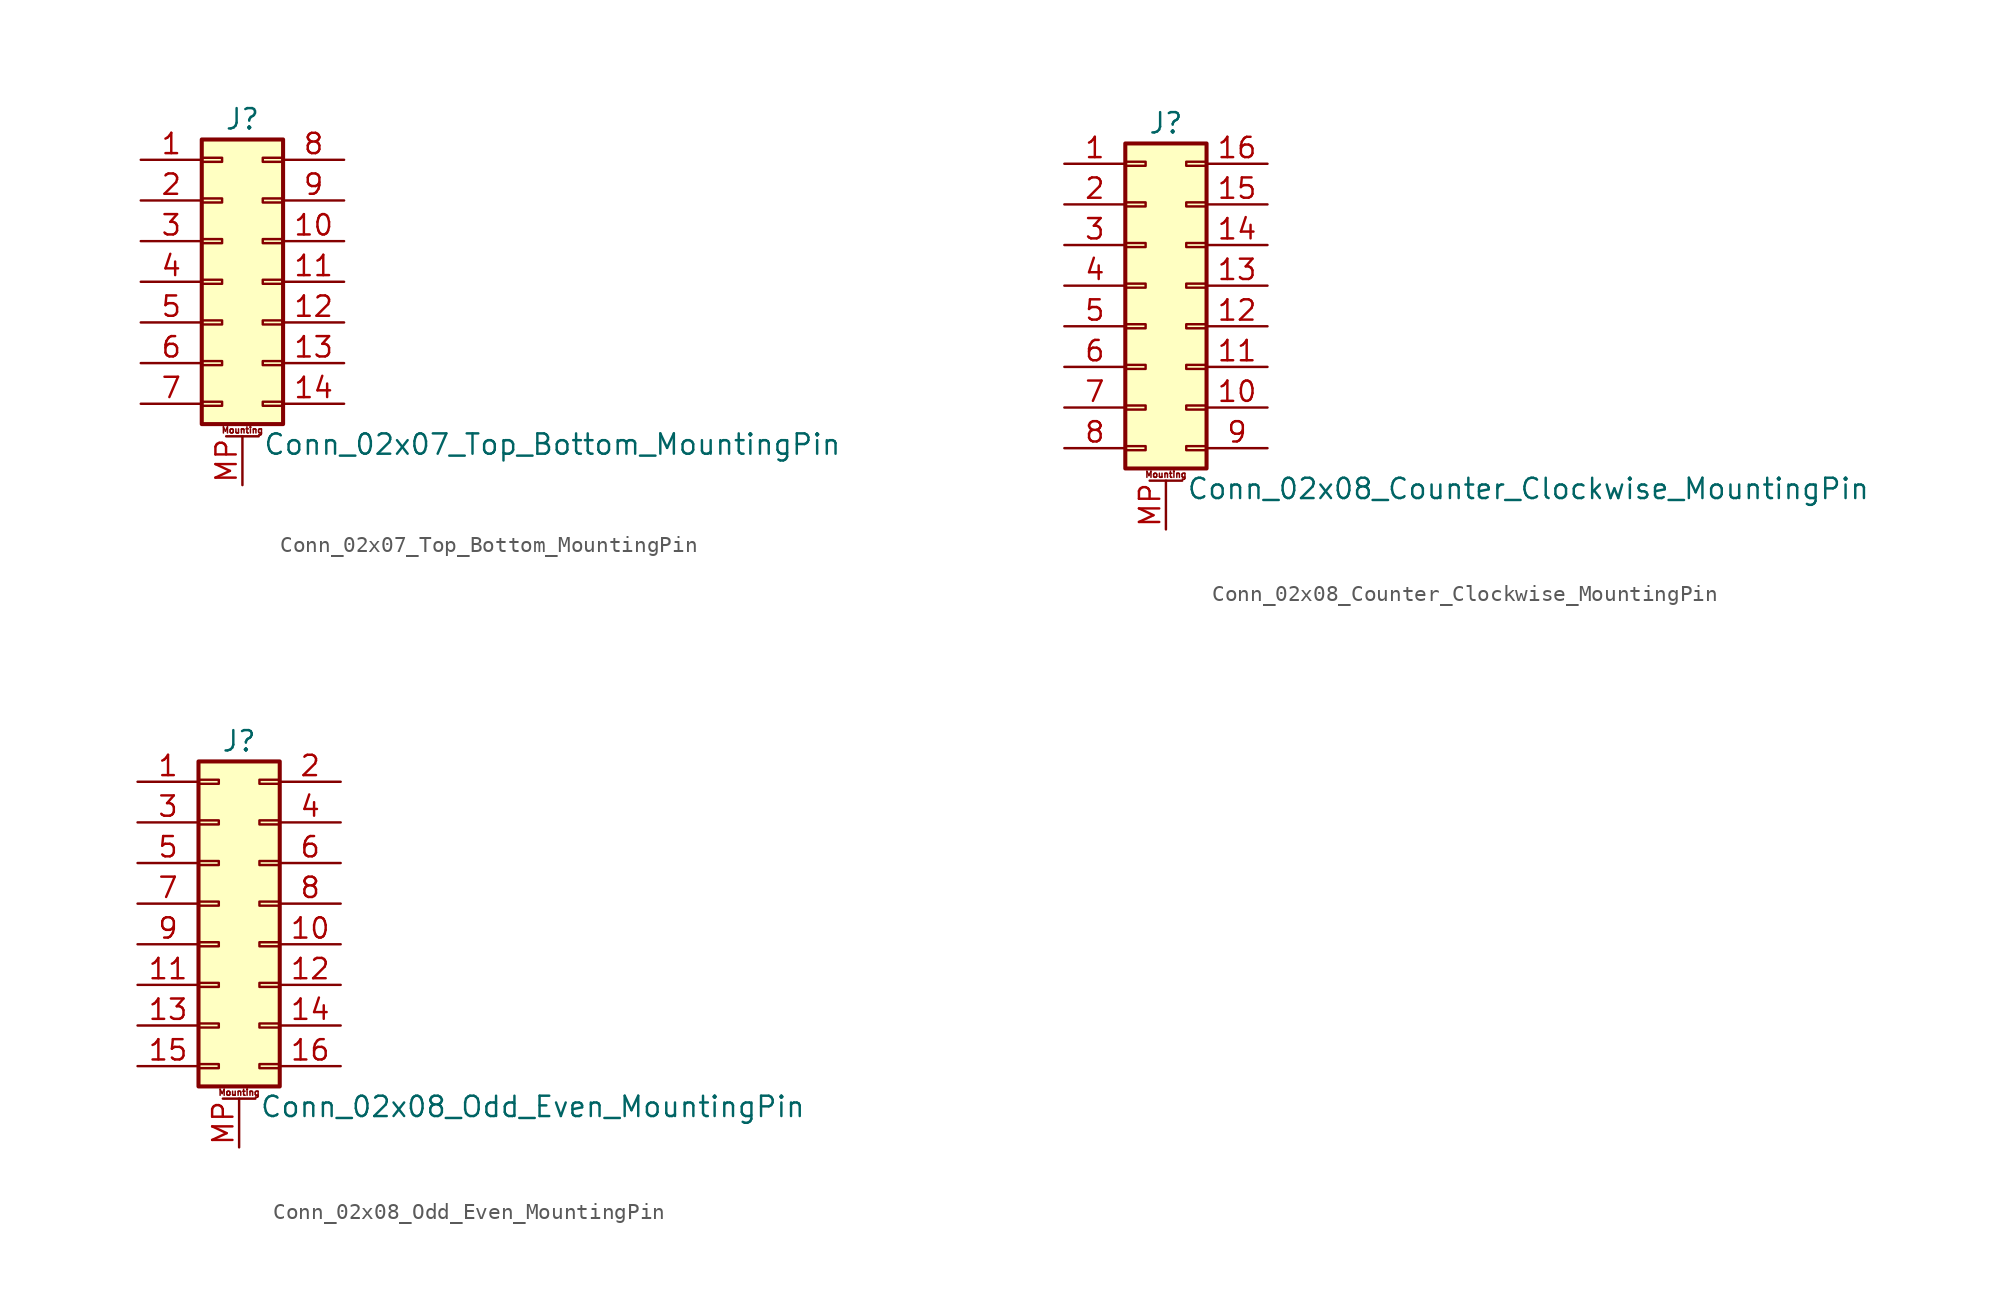
<source format=kicad_sym>
(kicad_symbol_lib
  (version 20201005)
  (generator kicad_symbol_editor)
  (symbol "Conn_02x07_Top_Bottom_MountingPin"
    (pin_names
      (offset 1.016) hide)
    (property "Reference" "J"
      (at 1.27 10.16 0)
      (effects (font (size 1.27 1.27))))
    (property "Value" "Conn_02x07_Top_Bottom_MountingPin"
      (at 2.54 -10.16 0)
      (effects (font (size 1.27 1.27)) (justify left)))
    (symbol "Conn_02x07_Top_Bottom_MountingPin_1_1"
      (text "Mounting" (at 1.27 -9.271 0) (effects (font (size 0.381 0.381))))
      (rectangle (start -1.27 -7.493) (end 0 -7.747) (stroke (width 0.152)) (fill (type none)))
      (rectangle (start -1.27 -4.953) (end 0 -5.207) (stroke (width 0.152)) (fill (type none)))
      (rectangle (start -1.27 -2.413) (end 0 -2.667) (stroke (width 0.152)) (fill (type none)))
      (rectangle (start -1.27 0.127) (end 0 -0.127) (stroke (width 0.152)) (fill (type none)))
      (rectangle (start -1.27 2.667) (end 0 2.413) (stroke (width 0.152)) (fill (type none)))
      (rectangle (start -1.27 5.207) (end 0 4.953) (stroke (width 0.152)) (fill (type none)))
      (rectangle (start -1.27 7.747) (end 0 7.493) (stroke (width 0.152)) (fill (type none)))
      (rectangle (start 3.81 -7.493) (end 2.54 -7.747) (stroke (width 0.152)) (fill (type none)))
      (rectangle (start 3.81 -4.953) (end 2.54 -5.207) (stroke (width 0.152)) (fill (type none)))
      (rectangle (start 3.81 -2.413) (end 2.54 -2.667) (stroke (width 0.152)) (fill (type none)))
      (rectangle (start 3.81 0.127) (end 2.54 -0.127) (stroke (width 0.152)) (fill (type none)))
      (rectangle (start 3.81 2.667) (end 2.54 2.413) (stroke (width 0.152)) (fill (type none)))
      (rectangle (start 3.81 5.207) (end 2.54 4.953) (stroke (width 0.152)) (fill (type none)))
      (rectangle (start 3.81 7.747) (end 2.54 7.493) (stroke (width 0.152)) (fill (type none)))
      (rectangle (start -1.27 8.89) (end 3.81 -8.89) (stroke (width 0.254)) (fill (type background)))
      (polyline (pts (xy 0.254 -9.652) (xy 2.286 -9.652)) (stroke (width 0.152)) (fill (type none)))
      (pin passive line (at -5.08 7.62 0) (length 3.81) (name "Pin_1" (effects (font (size 1.27 1.27)))) (number "1" (effects (font (size 1.27 1.27)))))
      (pin passive line (at 7.62 2.54 180) (length 3.81) (name "Pin_10" (effects (font (size 1.27 1.27)))) (number "10" (effects (font (size 1.27 1.27)))))
      (pin passive line (at 7.62 0 180) (length 3.81) (name "Pin_11" (effects (font (size 1.27 1.27)))) (number "11" (effects (font (size 1.27 1.27)))))
      (pin passive line (at 7.62 -2.54 180) (length 3.81) (name "Pin_12" (effects (font (size 1.27 1.27)))) (number "12" (effects (font (size 1.27 1.27)))))
      (pin passive line (at 7.62 -5.08 180) (length 3.81) (name "Pin_13" (effects (font (size 1.27 1.27)))) (number "13" (effects (font (size 1.27 1.27)))))
      (pin passive line (at 7.62 -7.62 180) (length 3.81) (name "Pin_14" (effects (font (size 1.27 1.27)))) (number "14" (effects (font (size 1.27 1.27)))))
      (pin passive line (at -5.08 5.08 0) (length 3.81) (name "Pin_2" (effects (font (size 1.27 1.27)))) (number "2" (effects (font (size 1.27 1.27)))))
      (pin passive line (at -5.08 2.54 0) (length 3.81) (name "Pin_3" (effects (font (size 1.27 1.27)))) (number "3" (effects (font (size 1.27 1.27)))))
      (pin passive line (at -5.08 0 0) (length 3.81) (name "Pin_4" (effects (font (size 1.27 1.27)))) (number "4" (effects (font (size 1.27 1.27)))))
      (pin passive line (at -5.08 -2.54 0) (length 3.81) (name "Pin_5" (effects (font (size 1.27 1.27)))) (number "5" (effects (font (size 1.27 1.27)))))
      (pin passive line (at -5.08 -5.08 0) (length 3.81) (name "Pin_6" (effects (font (size 1.27 1.27)))) (number "6" (effects (font (size 1.27 1.27)))))
      (pin passive line (at -5.08 -7.62 0) (length 3.81) (name "Pin_7" (effects (font (size 1.27 1.27)))) (number "7" (effects (font (size 1.27 1.27)))))
      (pin passive line (at 7.62 7.62 180) (length 3.81) (name "Pin_8" (effects (font (size 1.27 1.27)))) (number "8" (effects (font (size 1.27 1.27)))))
      (pin passive line (at 7.62 5.08 180) (length 3.81) (name "Pin_9" (effects (font (size 1.27 1.27)))) (number "9" (effects (font (size 1.27 1.27)))))
      (pin passive line (at 1.27 -12.7 90) (length 3.048) (name "MountPin" (effects (font (size 1.27 1.27)))) (number "MP" (effects (font (size 1.27 1.27)))))))
  (symbol "Conn_02x08_Counter_Clockwise_MountingPin"
    (pin_names
      (offset 1.016) hide)
    (property "Reference" "J"
      (at 1.27 10.16 0)
      (effects (font (size 1.27 1.27))))
    (property "Value" "Conn_02x08_Counter_Clockwise_MountingPin"
      (at 2.54 -12.7 0)
      (effects (font (size 1.27 1.27)) (justify left)))
    (symbol "Conn_02x08_Counter_Clockwise_MountingPin_1_1"
      (text "Mounting" (at 1.27 -11.811 0) (effects (font (size 0.381 0.381))))
      (rectangle (start -1.27 -10.033) (end 0 -10.287) (stroke (width 0.152)) (fill (type none)))
      (rectangle (start -1.27 -7.493) (end 0 -7.747) (stroke (width 0.152)) (fill (type none)))
      (rectangle (start -1.27 -4.953) (end 0 -5.207) (stroke (width 0.152)) (fill (type none)))
      (rectangle (start -1.27 -2.413) (end 0 -2.667) (stroke (width 0.152)) (fill (type none)))
      (rectangle (start -1.27 0.127) (end 0 -0.127) (stroke (width 0.152)) (fill (type none)))
      (rectangle (start -1.27 2.667) (end 0 2.413) (stroke (width 0.152)) (fill (type none)))
      (rectangle (start -1.27 5.207) (end 0 4.953) (stroke (width 0.152)) (fill (type none)))
      (rectangle (start -1.27 7.747) (end 0 7.493) (stroke (width 0.152)) (fill (type none)))
      (rectangle (start 3.81 -10.033) (end 2.54 -10.287) (stroke (width 0.152)) (fill (type none)))
      (rectangle (start 3.81 -7.493) (end 2.54 -7.747) (stroke (width 0.152)) (fill (type none)))
      (rectangle (start 3.81 -4.953) (end 2.54 -5.207) (stroke (width 0.152)) (fill (type none)))
      (rectangle (start 3.81 -2.413) (end 2.54 -2.667) (stroke (width 0.152)) (fill (type none)))
      (rectangle (start 3.81 0.127) (end 2.54 -0.127) (stroke (width 0.152)) (fill (type none)))
      (rectangle (start 3.81 2.667) (end 2.54 2.413) (stroke (width 0.152)) (fill (type none)))
      (rectangle (start 3.81 5.207) (end 2.54 4.953) (stroke (width 0.152)) (fill (type none)))
      (rectangle (start 3.81 7.747) (end 2.54 7.493) (stroke (width 0.152)) (fill (type none)))
      (rectangle (start -1.27 8.89) (end 3.81 -11.43) (stroke (width 0.254)) (fill (type background)))
      (polyline (pts (xy 0.254 -12.192) (xy 2.286 -12.192)) (stroke (width 0.152)) (fill (type none)))
      (pin passive line (at -5.08 7.62 0) (length 3.81) (name "Pin_1" (effects (font (size 1.27 1.27)))) (number "1" (effects (font (size 1.27 1.27)))))
      (pin passive line (at 7.62 -7.62 180) (length 3.81) (name "Pin_10" (effects (font (size 1.27 1.27)))) (number "10" (effects (font (size 1.27 1.27)))))
      (pin passive line (at 7.62 -5.08 180) (length 3.81) (name "Pin_11" (effects (font (size 1.27 1.27)))) (number "11" (effects (font (size 1.27 1.27)))))
      (pin passive line (at 7.62 -2.54 180) (length 3.81) (name "Pin_12" (effects (font (size 1.27 1.27)))) (number "12" (effects (font (size 1.27 1.27)))))
      (pin passive line (at 7.62 0 180) (length 3.81) (name "Pin_13" (effects (font (size 1.27 1.27)))) (number "13" (effects (font (size 1.27 1.27)))))
      (pin passive line (at 7.62 2.54 180) (length 3.81) (name "Pin_14" (effects (font (size 1.27 1.27)))) (number "14" (effects (font (size 1.27 1.27)))))
      (pin passive line (at 7.62 5.08 180) (length 3.81) (name "Pin_15" (effects (font (size 1.27 1.27)))) (number "15" (effects (font (size 1.27 1.27)))))
      (pin passive line (at 7.62 7.62 180) (length 3.81) (name "Pin_16" (effects (font (size 1.27 1.27)))) (number "16" (effects (font (size 1.27 1.27)))))
      (pin passive line (at -5.08 5.08 0) (length 3.81) (name "Pin_2" (effects (font (size 1.27 1.27)))) (number "2" (effects (font (size 1.27 1.27)))))
      (pin passive line (at -5.08 2.54 0) (length 3.81) (name "Pin_3" (effects (font (size 1.27 1.27)))) (number "3" (effects (font (size 1.27 1.27)))))
      (pin passive line (at -5.08 0 0) (length 3.81) (name "Pin_4" (effects (font (size 1.27 1.27)))) (number "4" (effects (font (size 1.27 1.27)))))
      (pin passive line (at -5.08 -2.54 0) (length 3.81) (name "Pin_5" (effects (font (size 1.27 1.27)))) (number "5" (effects (font (size 1.27 1.27)))))
      (pin passive line (at -5.08 -5.08 0) (length 3.81) (name "Pin_6" (effects (font (size 1.27 1.27)))) (number "6" (effects (font (size 1.27 1.27)))))
      (pin passive line (at -5.08 -7.62 0) (length 3.81) (name "Pin_7" (effects (font (size 1.27 1.27)))) (number "7" (effects (font (size 1.27 1.27)))))
      (pin passive line (at -5.08 -10.16 0) (length 3.81) (name "Pin_8" (effects (font (size 1.27 1.27)))) (number "8" (effects (font (size 1.27 1.27)))))
      (pin passive line (at 7.62 -10.16 180) (length 3.81) (name "Pin_9" (effects (font (size 1.27 1.27)))) (number "9" (effects (font (size 1.27 1.27)))))
      (pin passive line (at 1.27 -15.24 90) (length 3.048) (name "MountPin" (effects (font (size 1.27 1.27)))) (number "MP" (effects (font (size 1.27 1.27)))))))
  (symbol "Conn_02x08_Odd_Even_MountingPin"
    (pin_names
      (offset 1.016) hide)
    (property "Reference" "J"
      (at 1.27 10.16 0)
      (effects (font (size 1.27 1.27))))
    (property "Value" "Conn_02x08_Odd_Even_MountingPin"
      (at 2.54 -12.7 0)
      (effects (font (size 1.27 1.27)) (justify left)))
    (symbol "Conn_02x08_Odd_Even_MountingPin_1_1"
      (text "Mounting" (at 1.27 -11.811 0) (effects (font (size 0.381 0.381))))
      (rectangle (start -1.27 -10.033) (end 0 -10.287) (stroke (width 0.152)) (fill (type none)))
      (rectangle (start -1.27 -7.493) (end 0 -7.747) (stroke (width 0.152)) (fill (type none)))
      (rectangle (start -1.27 -4.953) (end 0 -5.207) (stroke (width 0.152)) (fill (type none)))
      (rectangle (start -1.27 -2.413) (end 0 -2.667) (stroke (width 0.152)) (fill (type none)))
      (rectangle (start -1.27 0.127) (end 0 -0.127) (stroke (width 0.152)) (fill (type none)))
      (rectangle (start -1.27 2.667) (end 0 2.413) (stroke (width 0.152)) (fill (type none)))
      (rectangle (start -1.27 5.207) (end 0 4.953) (stroke (width 0.152)) (fill (type none)))
      (rectangle (start -1.27 7.747) (end 0 7.493) (stroke (width 0.152)) (fill (type none)))
      (rectangle (start 3.81 -10.033) (end 2.54 -10.287) (stroke (width 0.152)) (fill (type none)))
      (rectangle (start 3.81 -7.493) (end 2.54 -7.747) (stroke (width 0.152)) (fill (type none)))
      (rectangle (start 3.81 -4.953) (end 2.54 -5.207) (stroke (width 0.152)) (fill (type none)))
      (rectangle (start 3.81 -2.413) (end 2.54 -2.667) (stroke (width 0.152)) (fill (type none)))
      (rectangle (start 3.81 0.127) (end 2.54 -0.127) (stroke (width 0.152)) (fill (type none)))
      (rectangle (start 3.81 2.667) (end 2.54 2.413) (stroke (width 0.152)) (fill (type none)))
      (rectangle (start 3.81 5.207) (end 2.54 4.953) (stroke (width 0.152)) (fill (type none)))
      (rectangle (start 3.81 7.747) (end 2.54 7.493) (stroke (width 0.152)) (fill (type none)))
      (rectangle (start -1.27 8.89) (end 3.81 -11.43) (stroke (width 0.254)) (fill (type background)))
      (polyline (pts (xy 0.254 -12.192) (xy 2.286 -12.192)) (stroke (width 0.152)) (fill (type none)))
      (pin passive line (at -5.08 7.62 0) (length 3.81) (name "Pin_1" (effects (font (size 1.27 1.27)))) (number "1" (effects (font (size 1.27 1.27)))))
      (pin passive line (at 7.62 -2.54 180) (length 3.81) (name "Pin_10" (effects (font (size 1.27 1.27)))) (number "10" (effects (font (size 1.27 1.27)))))
      (pin passive line (at -5.08 -5.08 0) (length 3.81) (name "Pin_11" (effects (font (size 1.27 1.27)))) (number "11" (effects (font (size 1.27 1.27)))))
      (pin passive line (at 7.62 -5.08 180) (length 3.81) (name "Pin_12" (effects (font (size 1.27 1.27)))) (number "12" (effects (font (size 1.27 1.27)))))
      (pin passive line (at -5.08 -7.62 0) (length 3.81) (name "Pin_13" (effects (font (size 1.27 1.27)))) (number "13" (effects (font (size 1.27 1.27)))))
      (pin passive line (at 7.62 -7.62 180) (length 3.81) (name "Pin_14" (effects (font (size 1.27 1.27)))) (number "14" (effects (font (size 1.27 1.27)))))
      (pin passive line (at -5.08 -10.16 0) (length 3.81) (name "Pin_15" (effects (font (size 1.27 1.27)))) (number "15" (effects (font (size 1.27 1.27)))))
      (pin passive line (at 7.62 -10.16 180) (length 3.81) (name "Pin_16" (effects (font (size 1.27 1.27)))) (number "16" (effects (font (size 1.27 1.27)))))
      (pin passive line (at 7.62 7.62 180) (length 3.81) (name "Pin_2" (effects (font (size 1.27 1.27)))) (number "2" (effects (font (size 1.27 1.27)))))
      (pin passive line (at -5.08 5.08 0) (length 3.81) (name "Pin_3" (effects (font (size 1.27 1.27)))) (number "3" (effects (font (size 1.27 1.27)))))
      (pin passive line (at 7.62 5.08 180) (length 3.81) (name "Pin_4" (effects (font (size 1.27 1.27)))) (number "4" (effects (font (size 1.27 1.27)))))
      (pin passive line (at -5.08 2.54 0) (length 3.81) (name "Pin_5" (effects (font (size 1.27 1.27)))) (number "5" (effects (font (size 1.27 1.27)))))
      (pin passive line (at 7.62 2.54 180) (length 3.81) (name "Pin_6" (effects (font (size 1.27 1.27)))) (number "6" (effects (font (size 1.27 1.27)))))
      (pin passive line (at -5.08 0 0) (length 3.81) (name "Pin_7" (effects (font (size 1.27 1.27)))) (number "7" (effects (font (size 1.27 1.27)))))
      (pin passive line (at 7.62 0 180) (length 3.81) (name "Pin_8" (effects (font (size 1.27 1.27)))) (number "8" (effects (font (size 1.27 1.27)))))
      (pin passive line (at -5.08 -2.54 0) (length 3.81) (name "Pin_9" (effects (font (size 1.27 1.27)))) (number "9" (effects (font (size 1.27 1.27)))))
      (pin passive line (at 1.27 -15.24 90) (length 3.048) (name "MountPin" (effects (font (size 1.27 1.27)))) (number "MP" (effects (font (size 1.27 1.27))))))))
</source>
